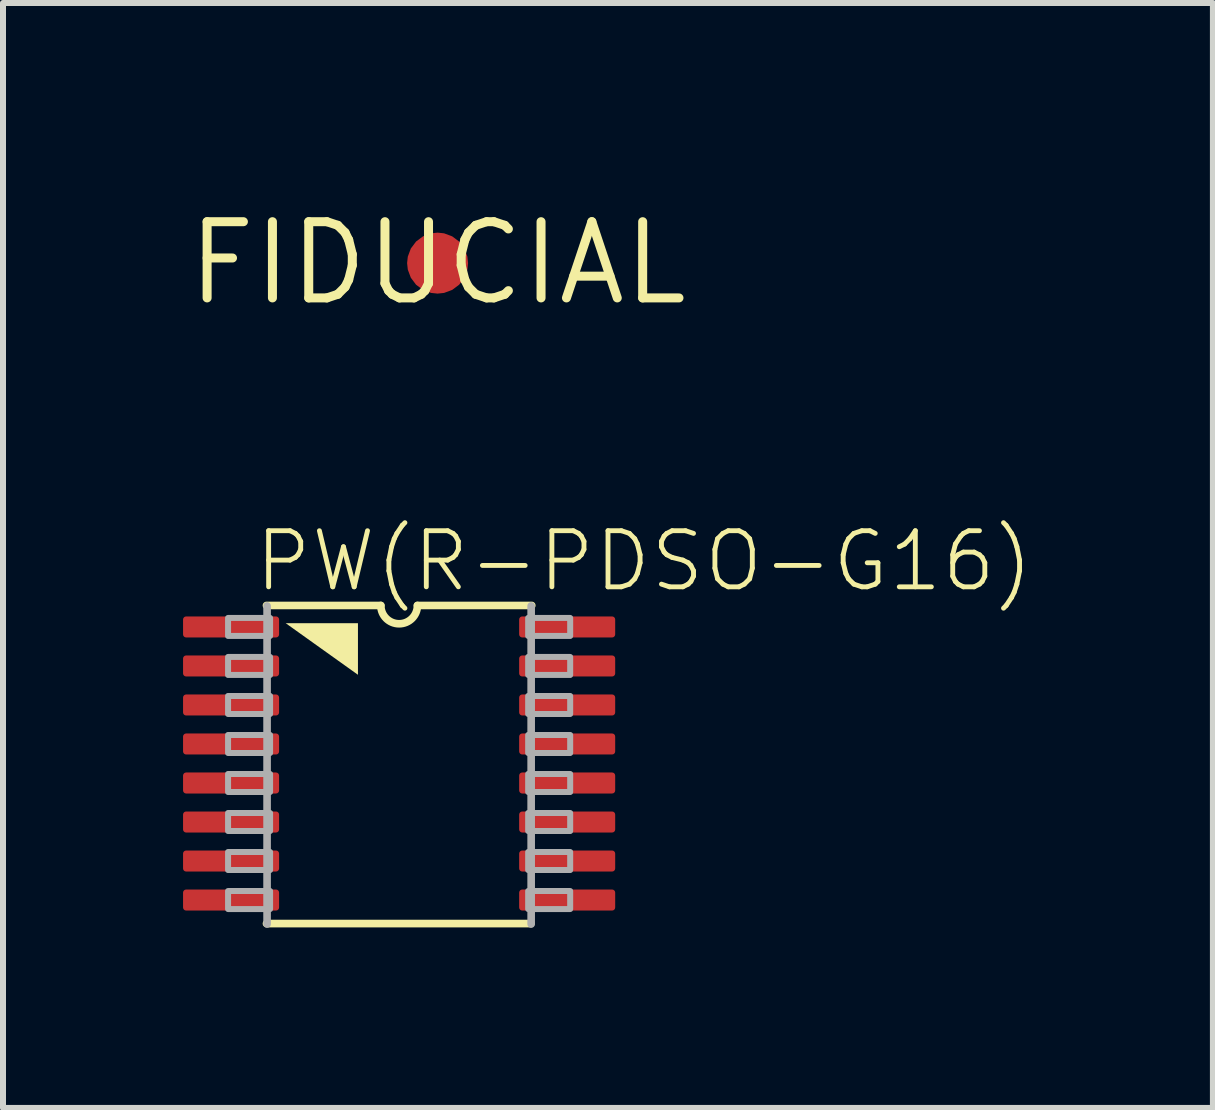
<source format=kicad_pcb>
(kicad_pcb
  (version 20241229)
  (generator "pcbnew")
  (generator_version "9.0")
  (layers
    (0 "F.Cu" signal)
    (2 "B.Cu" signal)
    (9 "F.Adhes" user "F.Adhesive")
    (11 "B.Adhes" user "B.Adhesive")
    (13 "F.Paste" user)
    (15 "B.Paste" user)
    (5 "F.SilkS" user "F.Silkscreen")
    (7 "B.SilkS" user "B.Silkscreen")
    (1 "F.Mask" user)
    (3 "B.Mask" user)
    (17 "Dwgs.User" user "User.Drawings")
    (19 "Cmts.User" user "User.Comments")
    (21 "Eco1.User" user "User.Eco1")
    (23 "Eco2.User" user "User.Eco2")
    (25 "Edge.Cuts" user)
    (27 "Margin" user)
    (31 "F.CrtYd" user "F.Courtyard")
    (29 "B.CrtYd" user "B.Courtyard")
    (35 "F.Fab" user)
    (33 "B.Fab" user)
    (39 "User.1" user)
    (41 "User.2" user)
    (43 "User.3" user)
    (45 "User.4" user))
  (footprint "PW(R-PDSO-G16)"
    (layer "F.Cu")
    (at 3.6 9.696)
    (property "Reference" "PW(R-PDSO-G16)" (at -2.45 -2.85 0) (layer "F.SilkS") (effects (font (size 0.935 0.935) (thickness 0.081)) (justify left bottom)))
    (fp_line (start -0.305 -2.658) (end -2.21 -2.658) (stroke (width 0.127) (type solid)) (layer "F.SilkS"))
    (fp_line (start 2.195 2.642) (end -2.21 2.642) (stroke (width 0.127) (type solid)) (layer "F.SilkS"))
    (fp_line (start 2.21 -2.658) (end 0.305 -2.658) (stroke (width 0.127) (type solid)) (layer "F.SilkS"))
    (fp_arc (start 0.3048 -2.6578) (mid 0 -2.353) (end -0.3048 -2.6578) (stroke (width 0.127) (type solid)) (layer "F.SilkS"))
    (fp_poly (pts (xy -0.686 -1.503) (xy -1.889 -2.362) (xy -0.686 -2.362)) (stroke (width 0) (type default)) (fill yes) (layer "F.SilkS"))
    (fp_line (start -2.2 2.65) (end -2.2 -2.65) (stroke (width 0.127) (type solid)) (layer "F.Fab"))
    (fp_line (start 2.2 2.65) (end 2.2 -2.65) (stroke (width 0.127) (type solid)) (layer "F.Fab"))
    (fp_poly (pts (xy -2.85 -2.15) (xy -2.15 -2.15) (xy -2.15 -2.45) (xy -2.85 -2.45)) (stroke (width 0.1) (type default)) (fill no) (layer "F.Fab"))
    (fp_poly (pts (xy -2.85 -1.5) (xy -2.15 -1.5) (xy -2.15 -1.8) (xy -2.85 -1.8)) (stroke (width 0.1) (type default)) (fill no) (layer "F.Fab"))
    (fp_poly (pts (xy -2.85 -0.85) (xy -2.15 -0.85) (xy -2.15 -1.15) (xy -2.85 -1.15)) (stroke (width 0.1) (type default)) (fill no) (layer "F.Fab"))
    (fp_poly (pts (xy -2.85 -0.2) (xy -2.15 -0.2) (xy -2.15 -0.5) (xy -2.85 -0.5)) (stroke (width 0.1) (type default)) (fill no) (layer "F.Fab"))
    (fp_poly (pts (xy -2.85 0.45) (xy -2.15 0.45) (xy -2.15 0.15) (xy -2.85 0.15)) (stroke (width 0.1) (type default)) (fill no) (layer "F.Fab"))
    (fp_poly (pts (xy -2.85 1.1) (xy -2.15 1.1) (xy -2.15 0.8) (xy -2.85 0.8)) (stroke (width 0.1) (type default)) (fill no) (layer "F.Fab"))
    (fp_poly (pts (xy -2.85 1.75) (xy -2.15 1.75) (xy -2.15 1.45) (xy -2.85 1.45)) (stroke (width 0.1) (type default)) (fill no) (layer "F.Fab"))
    (fp_poly (pts (xy -2.85 2.4) (xy -2.15 2.4) (xy -2.15 2.1) (xy -2.85 2.1)) (stroke (width 0.1) (type default)) (fill no) (layer "F.Fab"))
    (fp_poly (pts (xy 2.15 -2.15) (xy 2.85 -2.15) (xy 2.85 -2.45) (xy 2.15 -2.45)) (stroke (width 0.1) (type default)) (fill no) (layer "F.Fab"))
    (fp_poly (pts (xy 2.15 -1.5) (xy 2.85 -1.5) (xy 2.85 -1.8) (xy 2.15 -1.8)) (stroke (width 0.1) (type default)) (fill no) (layer "F.Fab"))
    (fp_poly (pts (xy 2.15 -0.85) (xy 2.85 -0.85) (xy 2.85 -1.15) (xy 2.15 -1.15)) (stroke (width 0.1) (type default)) (fill no) (layer "F.Fab"))
    (fp_poly (pts (xy 2.15 -0.2) (xy 2.85 -0.2) (xy 2.85 -0.5) (xy 2.15 -0.5)) (stroke (width 0.1) (type default)) (fill no) (layer "F.Fab"))
    (fp_poly (pts (xy 2.15 0.45) (xy 2.85 0.45) (xy 2.85 0.15) (xy 2.15 0.15)) (stroke (width 0.1) (type default)) (fill no) (layer "F.Fab"))
    (fp_poly (pts (xy 2.15 1.1) (xy 2.85 1.1) (xy 2.85 0.8) (xy 2.15 0.8)) (stroke (width 0.1) (type default)) (fill no) (layer "F.Fab"))
    (fp_poly (pts (xy 2.15 1.75) (xy 2.85 1.75) (xy 2.85 1.45) (xy 2.15 1.45)) (stroke (width 0.1) (type default)) (fill no) (layer "F.Fab"))
    (fp_poly (pts (xy 2.15 2.4) (xy 2.85 2.4) (xy 2.85 2.1) (xy 2.15 2.1)) (stroke (width 0.1) (type default)) (fill no) (layer "F.Fab"))
    (pad "1" smd roundrect (at -2.8 -2.3) (size 1.6 0.35) (layers "F.Cu" "F.Mask" "F.Paste") (roundrect_rratio 0.145))
    (pad "2" smd roundrect (at -2.8 -1.65) (size 1.6 0.35) (layers "F.Cu" "F.Mask" "F.Paste") (roundrect_rratio 0.145))
    (pad "3" smd roundrect (at -2.8 -1) (size 1.6 0.35) (layers "F.Cu" "F.Mask" "F.Paste") (roundrect_rratio 0.145))
    (pad "4" smd roundrect (at -2.8 -0.35) (size 1.6 0.35) (layers "F.Cu" "F.Mask" "F.Paste") (roundrect_rratio 0.145))
    (pad "5" smd roundrect (at -2.8 0.3) (size 1.6 0.35) (layers "F.Cu" "F.Mask" "F.Paste") (roundrect_rratio 0.145))
    (pad "6" smd roundrect (at -2.8 0.95) (size 1.6 0.35) (layers "F.Cu" "F.Mask" "F.Paste") (roundrect_rratio 0.145))
    (pad "7" smd roundrect (at -2.8 1.6) (size 1.6 0.35) (layers "F.Cu" "F.Mask" "F.Paste") (roundrect_rratio 0.145))
    (pad "8" smd roundrect (at -2.8 2.25) (size 1.6 0.35) (layers "F.Cu" "F.Mask" "F.Paste") (roundrect_rratio 0.145))
    (pad "9" smd roundrect (at 2.8 2.25) (size 1.6 0.35) (layers "F.Cu" "F.Mask" "F.Paste") (roundrect_rratio 0.145))
    (pad "10" smd roundrect (at 2.8 1.6) (size 1.6 0.35) (layers "F.Cu" "F.Mask" "F.Paste") (roundrect_rratio 0.145))
    (pad "11" smd roundrect (at 2.8 0.95) (size 1.6 0.35) (layers "F.Cu" "F.Mask" "F.Paste") (roundrect_rratio 0.145))
    (pad "12" smd roundrect (at 2.8 0.3) (size 1.6 0.35) (layers "F.Cu" "F.Mask" "F.Paste") (roundrect_rratio 0.145))
    (pad "13" smd roundrect (at 2.8 -0.35) (size 1.6 0.35) (layers "F.Cu" "F.Mask" "F.Paste") (roundrect_rratio 0.145))
    (pad "14" smd roundrect (at 2.8 -1) (size 1.6 0.35) (layers "F.Cu" "F.Mask" "F.Paste") (roundrect_rratio 0.145))
    (pad "15" smd roundrect (at 2.8 -1.65) (size 1.6 0.35) (layers "F.Cu" "F.Mask" "F.Paste") (roundrect_rratio 0.145))
    (pad "16" smd roundrect (at 2.8 -2.3) (size 1.6 0.35) (layers "F.Cu" "F.Mask" "F.Paste") (roundrect_rratio 0.145)))
  (footprint "FIDUCIAL"
    (layer "F.Cu")
    (at 4.241 1.334)
    (property "Reference" "FIDUCIAL" (at 0 0 0) (layer "F.SilkS") (effects (font (size 1.27 1.27) (thickness 0.15))))
    (attr exclude_from_bom)
    (fp_poly (pts (xy 0.232 -1.313) (xy 0.456 -1.253) (xy 0.667 -1.155) (xy 0.857 -1.022) (xy 1.022 -0.857) (xy 1.155 -0.667) (xy 1.254 -0.454) (xy 1.334 -0.003) (xy 1.313 0.232) (xy 1.253 0.456) (xy 1.155 0.667) (xy 1.022 0.857) (xy 0.857 1.022) (xy 0.667 1.155) (xy 0.456 1.253) (xy 0.232 1.313) (xy 0 1.334) (xy -0.232 1.313) (xy -0.456 1.253) (xy -0.667 1.155) (xy -0.857 1.022) (xy -1.022 0.857) (xy -1.155 0.667) (xy -1.253 0.456) (xy -1.313 0.232) (xy -1.334 0) (xy -1.313 -0.232) (xy -1.253 -0.456) (xy -1.155 -0.667) (xy -1.022 -0.857) (xy -0.857 -1.022) (xy -0.667 -1.155) (xy -0.456 -1.253) (xy -0.232 -1.313) (xy 0 -1.334)) (stroke (width 0) (type default)) (fill yes) (layer "F.Mask"))
    (pad "" smd roundrect (at 0 0) (size 1.016 1.016) (layers "F.Cu" "F.Mask") (roundrect_rratio 0.5))
    (zone (net_name "") (layer "F.Cu") (hatch edge 0.5) (connect_pads) (min_thickness 0.25) (filled_areas_thickness no) (keepout (tracks not_allowed) (vias not_allowed) (pads not_allowed) (copperpour not_allowed) (footprints allowed)) (placement (enabled no)) (fill) (polygon (pts (xy 5.32 1.334) (xy 5.301 1.129) (xy 5.243 0.933) (xy 5.149 0.75) (xy 5.022 0.589) (xy 4.867 0.454) (xy 4.689 0.352) (xy 4.495 0.285) (xy 4.292 0.255) (xy 4.087 0.265) (xy 3.888 0.314) (xy 3.701 0.399) (xy 3.534 0.518) (xy 3.392 0.666) (xy 3.281 0.839) (xy 3.205 1.03) (xy 3.166 1.231) (xy 3.166 1.436) (xy 3.205 1.638) (xy 3.281 1.828) (xy 3.392 2.001) (xy 3.534 2.15) (xy 3.701 2.269) (xy 3.888 2.354) (xy 4.087 2.402) (xy 4.292 2.412) (xy 4.495 2.383) (xy 4.689 2.316) (xy 4.867 2.213) (xy 5.022 2.079) (xy 5.149 1.917) (xy 5.243 1.735) (xy 5.301 1.538))) (polygon (pts (xy 5.193 1.334) (xy 5.174 1.142) (xy 5.116 0.958) (xy 5.022 0.79) (xy 4.897 0.643) (xy 4.744 0.525) (xy 4.571 0.441) (xy 4.385 0.392) (xy 4.192 0.382) (xy 4.002 0.412) (xy 3.821 0.479) (xy 3.658 0.581) (xy 3.518 0.713) (xy 3.408 0.871) (xy 3.332 1.049) (xy 3.293 1.237) (xy 3.293 1.43) (xy 3.332 1.619) (xy 3.408 1.796) (xy 3.518 1.954) (xy 3.658 2.087) (xy 3.821 2.189) (xy 4.002 2.256) (xy 4.192 2.285) (xy 4.385 2.275) (xy 4.571 2.227) (xy 4.744 2.142) (xy 4.897 2.024) (xy 5.022 1.878) (xy 5.116 1.709) (xy 5.174 1.525)))))
  (gr_rect
    (start -3 -3)
    (end 17.159 15.41)
    (stroke (width 0.1) (type default))
    (fill no)
    (layer "Edge.Cuts")))
</source>
